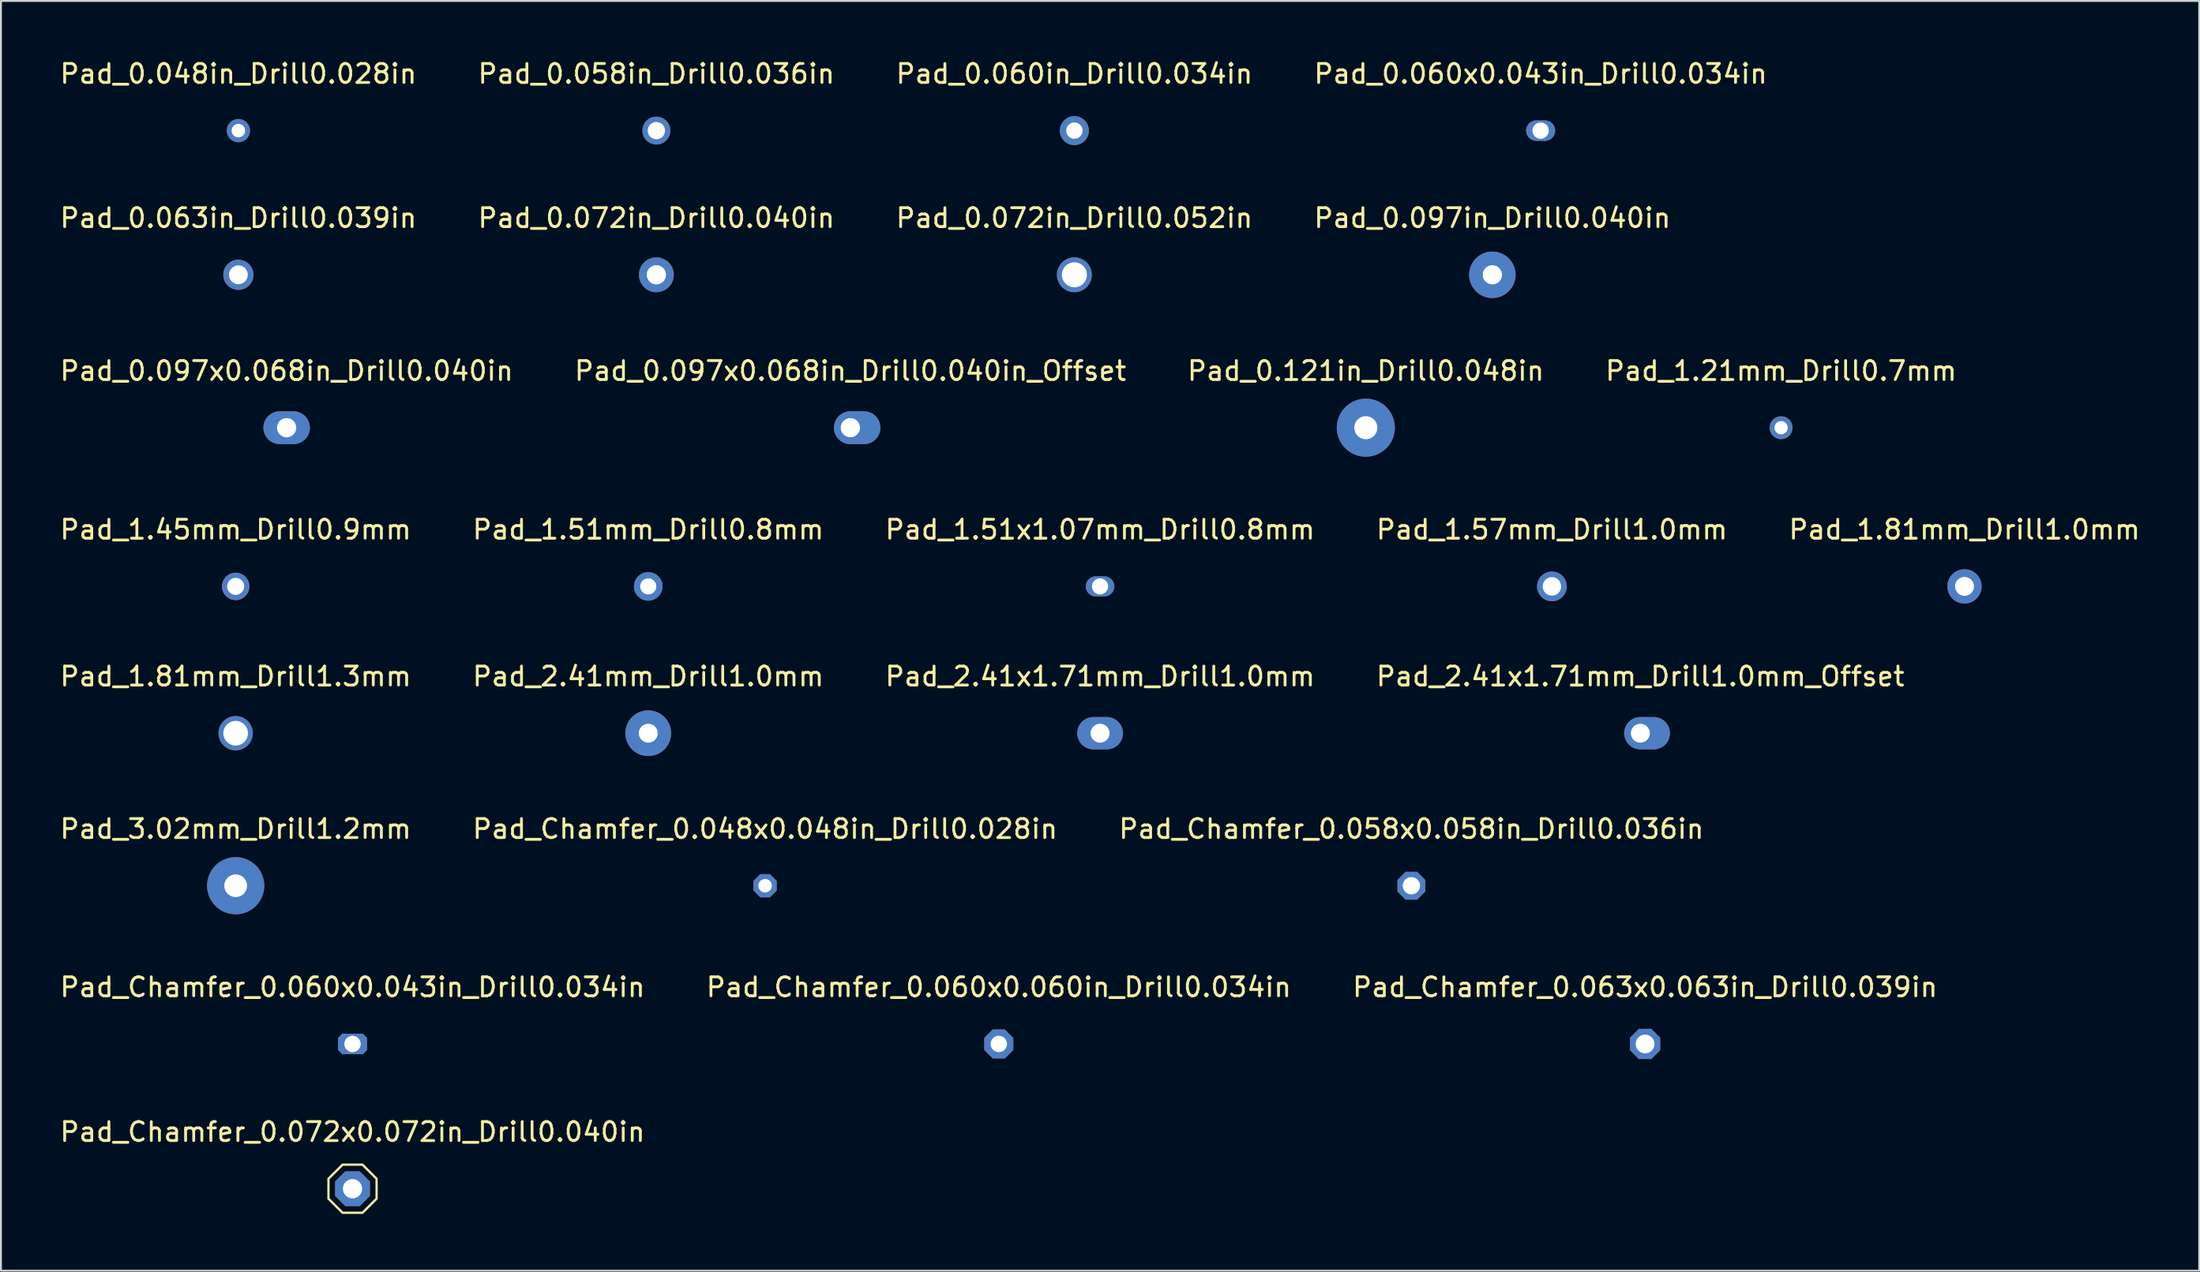
<source format=kicad_pcb>
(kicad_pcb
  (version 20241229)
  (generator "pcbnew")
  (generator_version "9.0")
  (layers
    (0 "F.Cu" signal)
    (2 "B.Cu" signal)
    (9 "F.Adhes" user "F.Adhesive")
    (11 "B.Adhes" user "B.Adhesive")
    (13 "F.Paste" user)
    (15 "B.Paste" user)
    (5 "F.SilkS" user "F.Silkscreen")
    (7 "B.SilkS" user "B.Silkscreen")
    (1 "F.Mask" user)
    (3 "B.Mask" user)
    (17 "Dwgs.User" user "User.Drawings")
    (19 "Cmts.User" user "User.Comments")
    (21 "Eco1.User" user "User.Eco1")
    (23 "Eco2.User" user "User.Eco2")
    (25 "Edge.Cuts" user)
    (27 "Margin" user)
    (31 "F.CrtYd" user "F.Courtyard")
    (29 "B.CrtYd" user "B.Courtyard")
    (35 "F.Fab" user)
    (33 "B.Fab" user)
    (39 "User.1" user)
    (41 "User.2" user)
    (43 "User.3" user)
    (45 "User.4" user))
  (footprint "Pad_Chamfer_0.063x0.063in_Drill0.039in"
    (layer "F.Cu")
    (at 83.768 52.085)
    (property "Reference" "Pad_Chamfer_0.063x0.063in_Drill0.039in" (at 0 -3 0) (layer "F.SilkS") (effects (font (size 1 1) (thickness 0.15))))
    (attr exclude_from_pos_files exclude_from_bom)
    (pad "1" thru_hole roundrect (at 0 0) (size 1.594 1.594) (drill 0.991) (layers "*.Cu" "*.Mask") (roundrect_rratio 0) (chamfer_ratio 0.293) (chamfer top_left top_right bottom_left bottom_right)))
  (footprint "Pad_Chamfer_0.072x0.072in_Drill0.040in"
    (layer "F.Cu")
    (at 15.554 59.73)
    (property "Reference" "Pad_Chamfer_0.072x0.072in_Drill0.040in" (at 0 -3 0) (layer "F.SilkS") (effects (font (size 1 1) (thickness 0.15))))
    (attr exclude_from_pos_files exclude_from_bom)
    (fp_poly (pts (xy 1.27 0.526) (xy 0.526 1.27) (xy -0.526 1.27) (xy -1.27 0.526) (xy -1.27 -0.526) (xy -0.526 -1.27) (xy 0.526 -1.27) (xy 1.27 -0.526)) (stroke (width 0.12) (type default)) (fill no) (layer "F.SilkS"))
    (pad "1" thru_hole roundrect (at 0 0) (size 1.84 1.84) (drill 1.016) (layers "*.Cu" "*.Mask") (roundrect_rratio 0) (chamfer_ratio 0.293) (chamfer top_left top_right bottom_left bottom_right)))
  (footprint "Pad_2.41x1.71mm_Drill1.0mm"
    (layer "F.Cu")
    (at 55.006 35.673)
    (property "Reference" "Pad_2.41x1.71mm_Drill1.0mm" (at 0 -3 0) (layer "F.SilkS") (effects (font (size 1 1) (thickness 0.15))))
    (attr exclude_from_pos_files exclude_from_bom)
    (pad "1" connect circle (at -0.354 0) (size 1 1) (layers "F.Cu"))
    (pad "1" connect circle (at -0.354 0) (size 1 1) (layers "B.Cu"))
    (pad "1" thru_hole oval (at 0 0) (size 2.414 1.707) (drill 1) (layers "*.Cu" "*.Mask"))
    (pad "1" connect circle (at 0.354 0) (size 1 1) (layers "F.Cu"))
    (pad "1" connect circle (at 0.354 0) (size 1 1) (layers "B.Cu")))
  (footprint "Pad_0.072in_Drill0.052in"
    (layer "F.Cu")
    (at 53.649 11.463)
    (property "Reference" "Pad_0.072in_Drill0.052in" (at 0 -3 0) (layer "F.SilkS") (effects (font (size 1 1) (thickness 0.15))))
    (attr exclude_from_pos_files exclude_from_bom)
    (pad "1" thru_hole circle (at 0 0) (size 1.84 1.84) (drill 1.321) (layers "*.Cu" "*.Mask")))
  (footprint "Pad_1.81mm_Drill1.0mm"
    (layer "F.Cu")
    (at 100.625 27.919)
    (property "Reference" "Pad_1.81mm_Drill1.0mm" (at 0 -3 0) (layer "F.SilkS") (effects (font (size 1 1) (thickness 0.15))))
    (attr exclude_from_pos_files exclude_from_bom)
    (pad "1" thru_hole circle (at 0 0) (size 1.811 1.811) (drill 1) (layers "*.Cu" "*.Mask")))
  (footprint "Pad_2.41mm_Drill1.0mm"
    (layer "F.Cu")
    (at 31.161 35.673)
    (property "Reference" "Pad_2.41mm_Drill1.0mm" (at 0 -3 0) (layer "F.SilkS") (effects (font (size 1 1) (thickness 0.15))))
    (attr exclude_from_pos_files exclude_from_bom)
    (pad "1" thru_hole circle (at 0 0) (size 2.414 2.414) (drill 1) (layers "*.Cu" "*.Mask")))
  (footprint "Pad_3.02mm_Drill1.2mm"
    (layer "F.Cu")
    (at 9.387 43.728)
    (property "Reference" "Pad_3.02mm_Drill1.2mm" (at 0 -3 0) (layer "F.SilkS") (effects (font (size 1 1) (thickness 0.15))))
    (attr exclude_from_pos_files exclude_from_bom)
    (pad "1" thru_hole circle (at 0 0) (size 3.018 3.018) (drill 1.2) (layers "*.Cu" "*.Mask")))
  (footprint "Pad_1.57mm_Drill1.0mm"
    (layer "F.Cu")
    (at 78.851 27.919)
    (property "Reference" "Pad_1.57mm_Drill1.0mm" (at 0 -3 0) (layer "F.SilkS") (effects (font (size 1 1) (thickness 0.15))))
    (attr exclude_from_pos_files exclude_from_bom)
    (pad "1" thru_hole circle (at 0 0) (size 1.569 1.569) (drill 0.975) (layers "*.Cu" "*.Mask")))
  (footprint "Pad_1.51mm_Drill0.8mm"
    (layer "F.Cu")
    (at 31.161 27.919)
    (property "Reference" "Pad_1.51mm_Drill0.8mm" (at 0 -3 0) (layer "F.SilkS") (effects (font (size 1 1) (thickness 0.15))))
    (attr exclude_from_pos_files exclude_from_bom)
    (pad "1" thru_hole circle (at 0 0) (size 1.509 1.509) (drill 0.85) (layers "*.Cu" "*.Mask")))
  (footprint "Pad_0.048in_Drill0.028in"
    (layer "F.Cu")
    (at 9.53 3.848)
    (property "Reference" "Pad_0.048in_Drill0.028in" (at 0 -3 0) (layer "F.SilkS") (effects (font (size 1 1) (thickness 0.15))))
    (attr exclude_from_pos_files exclude_from_bom)
    (pad "1" thru_hole circle (at 0 0) (size 1.226 1.226) (drill 0.711) (layers "*.Cu" "*.Mask")))
  (footprint "Pad_1.45mm_Drill0.9mm"
    (layer "F.Cu")
    (at 9.387 27.919)
    (property "Reference" "Pad_1.45mm_Drill0.9mm" (at 0 -3 0) (layer "F.SilkS") (effects (font (size 1 1) (thickness 0.15))))
    (attr exclude_from_pos_files exclude_from_bom)
    (pad "1" thru_hole circle (at 0 0) (size 1.449 1.449) (drill 0.9) (layers "*.Cu" "*.Mask")))
  (footprint "Pad_Chamfer_0.048x0.048in_Drill0.028in"
    (layer "F.Cu")
    (at 37.327 43.728)
    (property "Reference" "Pad_Chamfer_0.048x0.048in_Drill0.028in" (at 0 -3 0) (layer "F.SilkS") (effects (font (size 1 1) (thickness 0.15))))
    (attr exclude_from_pos_files exclude_from_bom)
    (pad "1" thru_hole roundrect (at 0 0) (size 1.226 1.226) (drill 0.711) (layers "*.Cu" "*.Mask") (roundrect_rratio 0) (chamfer_ratio 0.293) (chamfer top_left top_right bottom_left bottom_right)))
  (footprint "Pad_Chamfer_0.060x0.060in_Drill0.034in"
    (layer "F.Cu")
    (at 49.661 52.085)
    (property "Reference" "Pad_Chamfer_0.060x0.060in_Drill0.034in" (at 0 -3 0) (layer "F.SilkS") (effects (font (size 1 1) (thickness 0.15))))
    (attr exclude_from_pos_files exclude_from_bom)
    (pad "1" thru_hole roundrect (at 0 0) (size 1.533 1.533) (drill 0.864) (layers "*.Cu" "*.Mask") (roundrect_rratio 0) (chamfer_ratio 0.293) (chamfer top_left top_right bottom_left bottom_right)))
  (footprint "Pad_0.058in_Drill0.036in"
    (layer "F.Cu")
    (at 31.589 3.848)
    (property "Reference" "Pad_0.058in_Drill0.036in" (at 0 -3 0) (layer "F.SilkS") (effects (font (size 1 1) (thickness 0.15))))
    (attr exclude_from_pos_files exclude_from_bom)
    (pad "1" thru_hole circle (at 0 0) (size 1.472 1.472) (drill 0.914) (layers "*.Cu" "*.Mask")))
  (footprint "Pad_0.097x0.068in_Drill0.040in_Offset"
    (layer "F.Cu")
    (at 41.827 19.538)
    (property "Reference" "Pad_0.097x0.068in_Drill0.040in_Offset" (at 0 -3 0) (layer "F.SilkS") (effects (font (size 1 1) (thickness 0.15))))
    (attr exclude_from_pos_files exclude_from_bom)
    (pad "1" thru_hole oval (at 0 0) (size 2.453 1.734) (drill 1.016 (offset 0.359 0)) (layers "*.Cu" "*.Mask"))
    (pad "1" connect circle (at 0.359 0) (size 1.016 1.016) (layers "F.Cu"))
    (pad "1" connect circle (at 0.359 0) (size 1.016 1.016) (layers "B.Cu"))
    (pad "1" connect circle (at 0.718 0) (size 1.016 1.016) (layers "F.Cu"))
    (pad "1" connect circle (at 0.718 0) (size 1.016 1.016) (layers "B.Cu")))
  (footprint "Pad_1.51x1.07mm_Drill0.8mm"
    (layer "F.Cu")
    (at 55.006 27.919)
    (property "Reference" "Pad_1.51x1.07mm_Drill0.8mm" (at 0 -3 0) (layer "F.SilkS") (effects (font (size 1 1) (thickness 0.15))))
    (attr exclude_from_pos_files exclude_from_bom)
    (pad "1" connect circle (at -0.221 0) (size 0.85 0.85) (layers "F.Cu"))
    (pad "1" connect circle (at -0.221 0) (size 0.85 0.85) (layers "B.Cu"))
    (pad "1" thru_hole oval (at 0 0) (size 1.509 1.067) (drill 0.85) (layers "*.Cu" "*.Mask"))
    (pad "1" connect circle (at 0.221 0) (size 0.85 0.85) (layers "F.Cu"))
    (pad "1" connect circle (at 0.221 0) (size 0.85 0.85) (layers "B.Cu")))
  (footprint "Pad_1.81mm_Drill1.3mm"
    (layer "F.Cu")
    (at 9.387 35.673)
    (property "Reference" "Pad_1.81mm_Drill1.3mm" (at 0 -3 0) (layer "F.SilkS") (effects (font (size 1 1) (thickness 0.15))))
    (attr exclude_from_pos_files exclude_from_bom)
    (pad "1" thru_hole circle (at 0 0) (size 1.811 1.811) (drill 1.3) (layers "*.Cu" "*.Mask")))
  (footprint "Pad_0.121in_Drill0.048in"
    (layer "F.Cu")
    (at 69.03 19.538)
    (property "Reference" "Pad_0.121in_Drill0.048in" (at 0 -3 0) (layer "F.SilkS") (effects (font (size 1 1) (thickness 0.15))))
    (attr exclude_from_pos_files exclude_from_bom)
    (pad "1" thru_hole circle (at 0 0) (size 3.066 3.066) (drill 1.219) (layers "*.Cu" "*.Mask")))
  (footprint "Pad_Chamfer_0.058x0.058in_Drill0.036in"
    (layer "F.Cu")
    (at 71.435 43.728)
    (property "Reference" "Pad_Chamfer_0.058x0.058in_Drill0.036in" (at 0 -3 0) (layer "F.SilkS") (effects (font (size 1 1) (thickness 0.15))))
    (attr exclude_from_pos_files exclude_from_bom)
    (pad "1" thru_hole roundrect (at 0 0) (size 1.472 1.472) (drill 0.914) (layers "*.Cu" "*.Mask") (roundrect_rratio 0) (chamfer_ratio 0.293) (chamfer top_left top_right bottom_left bottom_right)))
  (footprint "Pad_1.21mm_Drill0.7mm"
    (layer "F.Cu")
    (at 90.946 19.538)
    (property "Reference" "Pad_1.21mm_Drill0.7mm" (at 0 -3 0) (layer "F.SilkS") (effects (font (size 1 1) (thickness 0.15))))
    (attr exclude_from_pos_files exclude_from_bom)
    (pad "1" thru_hole circle (at 0 0) (size 1.207 1.207) (drill 0.7) (layers "*.Cu" "*.Mask")))
  (footprint "Pad_0.097x0.068in_Drill0.040in"
    (layer "F.Cu")
    (at 12.077 19.538)
    (property "Reference" "Pad_0.097x0.068in_Drill0.040in" (at 0 -3 0) (layer "F.SilkS") (effects (font (size 1 1) (thickness 0.15))))
    (attr exclude_from_pos_files exclude_from_bom)
    (pad "1" connect circle (at -0.359 0) (size 1.016 1.016) (layers "F.Cu"))
    (pad "1" connect circle (at -0.359 0) (size 1.016 1.016) (layers "B.Cu"))
    (pad "1" thru_hole oval (at 0 0) (size 2.453 1.734) (drill 1.016) (layers "*.Cu" "*.Mask"))
    (pad "1" connect circle (at 0.359 0) (size 1.016 1.016) (layers "F.Cu"))
    (pad "1" connect circle (at 0.359 0) (size 1.016 1.016) (layers "B.Cu")))
  (footprint "Pad_0.060in_Drill0.034in"
    (layer "F.Cu")
    (at 53.649 3.848)
    (property "Reference" "Pad_0.060in_Drill0.034in" (at 0 -3 0) (layer "F.SilkS") (effects (font (size 1 1) (thickness 0.15))))
    (attr exclude_from_pos_files exclude_from_bom)
    (pad "1" thru_hole circle (at 0 0) (size 1.533 1.533) (drill 0.864) (layers "*.Cu" "*.Mask")))
  (footprint "Pad_Chamfer_0.060x0.043in_Drill0.034in"
    (layer "F.Cu")
    (at 15.554 52.085)
    (property "Reference" "Pad_Chamfer_0.060x0.043in_Drill0.034in" (at 0 -3 0) (layer "F.SilkS") (effects (font (size 1 1) (thickness 0.15))))
    (attr exclude_from_pos_files exclude_from_bom)
    (pad "1" connect circle (at -0.225 0) (size 0.864 0.864) (layers "F.Cu"))
    (pad "1" connect circle (at -0.225 0) (size 0.864 0.864) (layers "B.Cu"))
    (pad "1" thru_hole roundrect (at 0 0) (size 1.533 1.084) (drill 0.864) (layers "*.Cu" "*.Mask") (roundrect_rratio 0) (chamfer_ratio 0.207) (chamfer top_left top_right bottom_left bottom_right))
    (pad "1" connect circle (at 0.225 0) (size 0.864 0.864) (layers "F.Cu"))
    (pad "1" connect circle (at 0.225 0) (size 0.864 0.864) (layers "B.Cu")))
  (footprint "Pad_0.060x0.043in_Drill0.034in"
    (layer "F.Cu")
    (at 78.256 3.848)
    (property "Reference" "Pad_0.060x0.043in_Drill0.034in" (at 0 -3 0) (layer "F.SilkS") (effects (font (size 1 1) (thickness 0.15))))
    (attr exclude_from_pos_files exclude_from_bom)
    (pad "1" connect circle (at -0.225 0) (size 0.864 0.864) (layers "F.Cu"))
    (pad "1" connect circle (at -0.225 0) (size 0.864 0.864) (layers "B.Cu"))
    (pad "1" thru_hole oval (at 0 0) (size 1.533 1.084) (drill 0.864) (layers "*.Cu" "*.Mask"))
    (pad "1" connect circle (at 0.225 0) (size 0.864 0.864) (layers "F.Cu"))
    (pad "1" connect circle (at 0.225 0) (size 0.864 0.864) (layers "B.Cu")))
  (footprint "Pad_0.072in_Drill0.040in"
    (layer "F.Cu")
    (at 31.589 11.463)
    (property "Reference" "Pad_0.072in_Drill0.040in" (at 0 -3 0) (layer "F.SilkS") (effects (font (size 1 1) (thickness 0.15))))
    (attr exclude_from_pos_files exclude_from_bom)
    (pad "1" thru_hole circle (at 0 0) (size 1.84 1.84) (drill 1.016) (layers "*.Cu" "*.Mask")))
  (footprint "Pad_0.097in_Drill0.040in"
    (layer "F.Cu")
    (at 75.708 11.463)
    (property "Reference" "Pad_0.097in_Drill0.040in" (at 0 -3 0) (layer "F.SilkS") (effects (font (size 1 1) (thickness 0.15))))
    (attr exclude_from_pos_files exclude_from_bom)
    (pad "1" thru_hole circle (at 0 0) (size 2.453 2.453) (drill 1.016) (layers "*.Cu" "*.Mask")))
  (footprint "Pad_0.063in_Drill0.039in"
    (layer "F.Cu")
    (at 9.53 11.463)
    (property "Reference" "Pad_0.063in_Drill0.039in" (at 0 -3 0) (layer "F.SilkS") (effects (font (size 1 1) (thickness 0.15))))
    (attr exclude_from_pos_files exclude_from_bom)
    (pad "1" thru_hole circle (at 0 0) (size 1.594 1.594) (drill 0.991) (layers "*.Cu" "*.Mask")))
  (footprint "Pad_2.41x1.71mm_Drill1.0mm_Offset"
    (layer "F.Cu")
    (at 83.518 35.673)
    (property "Reference" "Pad_2.41x1.71mm_Drill1.0mm_Offset" (at 0 -3 0) (layer "F.SilkS") (effects (font (size 1 1) (thickness 0.15))))
    (attr exclude_from_pos_files exclude_from_bom)
    (pad "1" thru_hole oval (at 0 0) (size 2.414 1.707) (drill 1 (offset 0.354 0)) (layers "*.Cu" "*.Mask"))
    (pad "1" connect circle (at 0.354 0) (size 1 1) (layers "F.Cu"))
    (pad "1" connect circle (at 0.354 0) (size 1 1) (layers "B.Cu"))
    (pad "1" connect circle (at 0.707 0) (size 1 1) (layers "F.Cu"))
    (pad "1" connect circle (at 0.707 0) (size 1 1) (layers "B.Cu")))
  (gr_rect
    (start -3 -3)
    (end 113.012 64.06)
    (stroke (width 0.1) (type default))
    (fill no)
    (layer "Edge.Cuts")))
</source>
